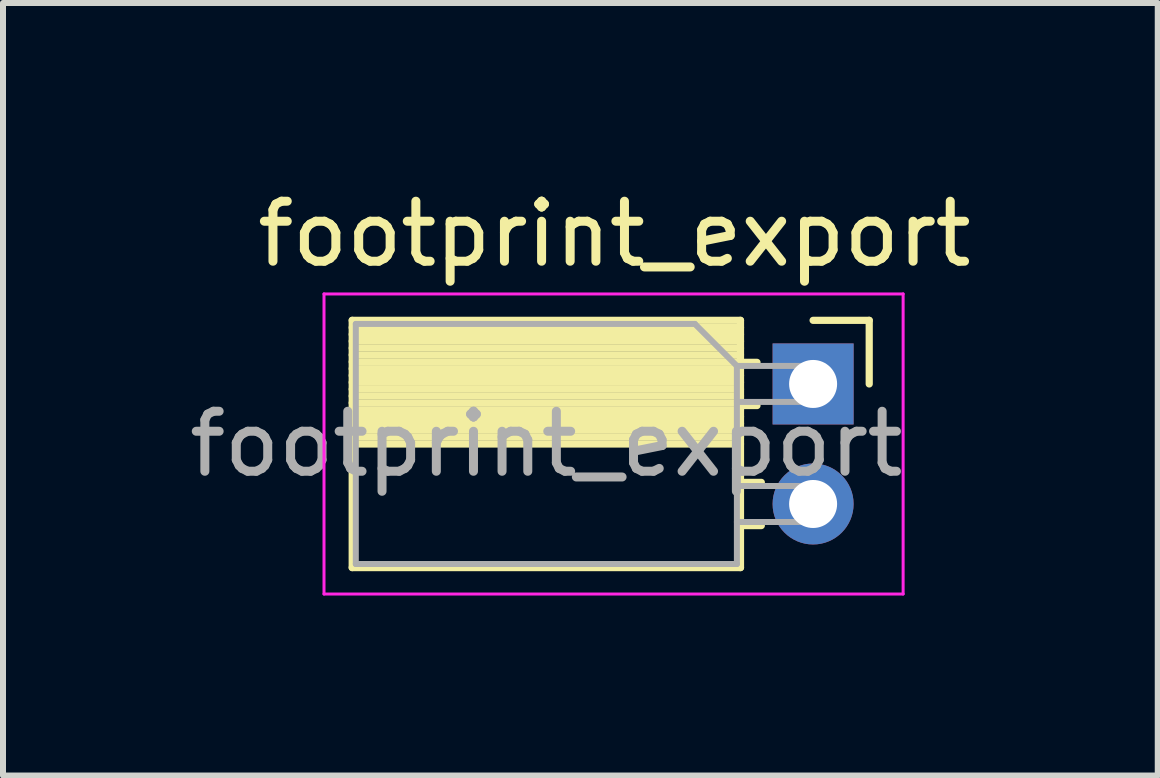
<source format=kicad_pcb>
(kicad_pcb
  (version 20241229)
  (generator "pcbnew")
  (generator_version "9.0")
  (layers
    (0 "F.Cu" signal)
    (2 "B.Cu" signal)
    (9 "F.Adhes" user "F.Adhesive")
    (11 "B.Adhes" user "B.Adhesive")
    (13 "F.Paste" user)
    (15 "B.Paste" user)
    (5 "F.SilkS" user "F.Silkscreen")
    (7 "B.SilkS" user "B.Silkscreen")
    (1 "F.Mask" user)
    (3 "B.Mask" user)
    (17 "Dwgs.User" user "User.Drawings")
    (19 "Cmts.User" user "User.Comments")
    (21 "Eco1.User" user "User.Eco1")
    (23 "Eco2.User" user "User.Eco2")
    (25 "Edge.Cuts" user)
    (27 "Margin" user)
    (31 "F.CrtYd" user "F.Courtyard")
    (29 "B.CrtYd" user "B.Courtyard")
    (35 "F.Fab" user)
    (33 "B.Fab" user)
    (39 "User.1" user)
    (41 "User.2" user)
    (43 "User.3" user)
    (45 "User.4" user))
  (footprint "footprint_export"
    (layer "F.Cu")
    (at 10.499 3.348)
    (property "Reference" "footprint_export" (at -3.31 -2.5 0) (layer "F.SilkS") (effects (font (size 1 1) (thickness 0.15))))
    (attr through_hole)
    (fp_line (start -7.68 -1.06) (end -7.68 3.06) (stroke (width 0.12) (type solid)) (layer "F.SilkS"))
    (fp_line (start -7.68 -1.06) (end -1.21 -1.06) (stroke (width 0.12) (type solid)) (layer "F.SilkS"))
    (fp_line (start -7.68 -0.94) (end -1.21 -0.94) (stroke (width 0.12) (type solid)) (layer "F.SilkS"))
    (fp_line (start -7.68 -0.826) (end -1.21 -0.826) (stroke (width 0.12) (type solid)) (layer "F.SilkS"))
    (fp_line (start -7.68 -0.712) (end -1.21 -0.712) (stroke (width 0.12) (type solid)) (layer "F.SilkS"))
    (fp_line (start -7.68 -0.598) (end -1.21 -0.598) (stroke (width 0.12) (type solid)) (layer "F.SilkS"))
    (fp_line (start -7.68 -0.484) (end -1.21 -0.484) (stroke (width 0.12) (type solid)) (layer "F.SilkS"))
    (fp_line (start -7.68 -0.369) (end -1.21 -0.369) (stroke (width 0.12) (type solid)) (layer "F.SilkS"))
    (fp_line (start -7.68 -0.255) (end -1.21 -0.255) (stroke (width 0.12) (type solid)) (layer "F.SilkS"))
    (fp_line (start -7.68 -0.141) (end -1.21 -0.141) (stroke (width 0.12) (type solid)) (layer "F.SilkS"))
    (fp_line (start -7.68 -0.027) (end -1.21 -0.027) (stroke (width 0.12) (type solid)) (layer "F.SilkS"))
    (fp_line (start -7.68 0.087) (end -1.21 0.087) (stroke (width 0.12) (type solid)) (layer "F.SilkS"))
    (fp_line (start -7.68 0.201) (end -1.21 0.201) (stroke (width 0.12) (type solid)) (layer "F.SilkS"))
    (fp_line (start -7.68 0.315) (end -1.21 0.315) (stroke (width 0.12) (type solid)) (layer "F.SilkS"))
    (fp_line (start -7.68 0.429) (end -1.21 0.429) (stroke (width 0.12) (type solid)) (layer "F.SilkS"))
    (fp_line (start -7.68 0.544) (end -1.21 0.544) (stroke (width 0.12) (type solid)) (layer "F.SilkS"))
    (fp_line (start -7.68 0.658) (end -1.21 0.658) (stroke (width 0.12) (type solid)) (layer "F.SilkS"))
    (fp_line (start -7.68 0.772) (end -1.21 0.772) (stroke (width 0.12) (type solid)) (layer "F.SilkS"))
    (fp_line (start -7.68 0.886) (end -1.21 0.886) (stroke (width 0.12) (type solid)) (layer "F.SilkS"))
    (fp_line (start -7.68 1) (end -1.21 1) (stroke (width 0.12) (type solid)) (layer "F.SilkS"))
    (fp_line (start -7.68 3.06) (end -1.21 3.06) (stroke (width 0.12) (type solid)) (layer "F.SilkS"))
    (fp_line (start -1.21 -1.06) (end -1.21 3.06) (stroke (width 0.12) (type solid)) (layer "F.SilkS"))
    (fp_line (start -1.21 -0.36) (end -0.935 -0.36) (stroke (width 0.12) (type solid)) (layer "F.SilkS"))
    (fp_line (start -1.21 0.36) (end -0.935 0.36) (stroke (width 0.12) (type solid)) (layer "F.SilkS"))
    (fp_line (start -1.21 1.64) (end -0.863 1.64) (stroke (width 0.12) (type solid)) (layer "F.SilkS"))
    (fp_line (start -1.21 2.36) (end -0.863 2.36) (stroke (width 0.12) (type solid)) (layer "F.SilkS"))
    (fp_line (start 0 -1.06) (end 0.935 -1.06) (stroke (width 0.12) (type solid)) (layer "F.SilkS"))
    (fp_line (start 0.935 -1.06) (end 0.935 0) (stroke (width 0.12) (type solid)) (layer "F.SilkS"))
    (fp_line (start -8.15 -1.5) (end -8.15 3.5) (stroke (width 0.05) (type solid)) (layer "F.CrtYd"))
    (fp_line (start -8.15 3.5) (end 1.5 3.5) (stroke (width 0.05) (type solid)) (layer "F.CrtYd"))
    (fp_line (start 1.5 -1.5) (end -8.15 -1.5) (stroke (width 0.05) (type solid)) (layer "F.CrtYd"))
    (fp_line (start 1.5 3.5) (end 1.5 -1.5) (stroke (width 0.05) (type solid)) (layer "F.CrtYd"))
    (fp_line (start -7.62 -1) (end -1.97 -1) (stroke (width 0.1) (type solid)) (layer "F.Fab"))
    (fp_line (start -7.62 3) (end -7.62 -1) (stroke (width 0.1) (type solid)) (layer "F.Fab"))
    (fp_line (start -1.97 -1) (end -1.27 -0.3) (stroke (width 0.1) (type solid)) (layer "F.Fab"))
    (fp_line (start -1.27 -0.3) (end -1.27 3) (stroke (width 0.1) (type solid)) (layer "F.Fab"))
    (fp_line (start -1.27 0.3) (end 0 0.3) (stroke (width 0.1) (type solid)) (layer "F.Fab"))
    (fp_line (start -1.27 2.3) (end 0 2.3) (stroke (width 0.1) (type solid)) (layer "F.Fab"))
    (fp_line (start -1.27 3) (end -7.62 3) (stroke (width 0.1) (type solid)) (layer "F.Fab"))
    (fp_line (start 0 -0.3) (end -1.27 -0.3) (stroke (width 0.1) (type solid)) (layer "F.Fab"))
    (fp_line (start 0 0.3) (end 0 -0.3) (stroke (width 0.1) (type solid)) (layer "F.Fab"))
    (fp_line (start 0 1.7) (end -1.27 1.7) (stroke (width 0.1) (type solid)) (layer "F.Fab"))
    (fp_line (start 0 2.3) (end 0 1.7) (stroke (width 0.1) (type solid)) (layer "F.Fab"))
    (fp_text user "${REFERENCE}" (at -4.445 1 0) (layer "F.Fab") (effects (font (size 1 1) (thickness 0.15))))
    (pad "1" thru_hole rect (at 0 0) (size 1.35 1.35) (drill 0.8) (layers "*.Cu" "*.Mask"))
    (pad "2" thru_hole oval (at 0 2) (size 1.35 1.35) (drill 0.8) (layers "*.Cu" "*.Mask")))
  (gr_rect
    (start -3 -3)
    (end 16.242 9.873)
    (stroke (width 0.1) (type default))
    (fill no)
    (layer "Edge.Cuts")))
</source>
